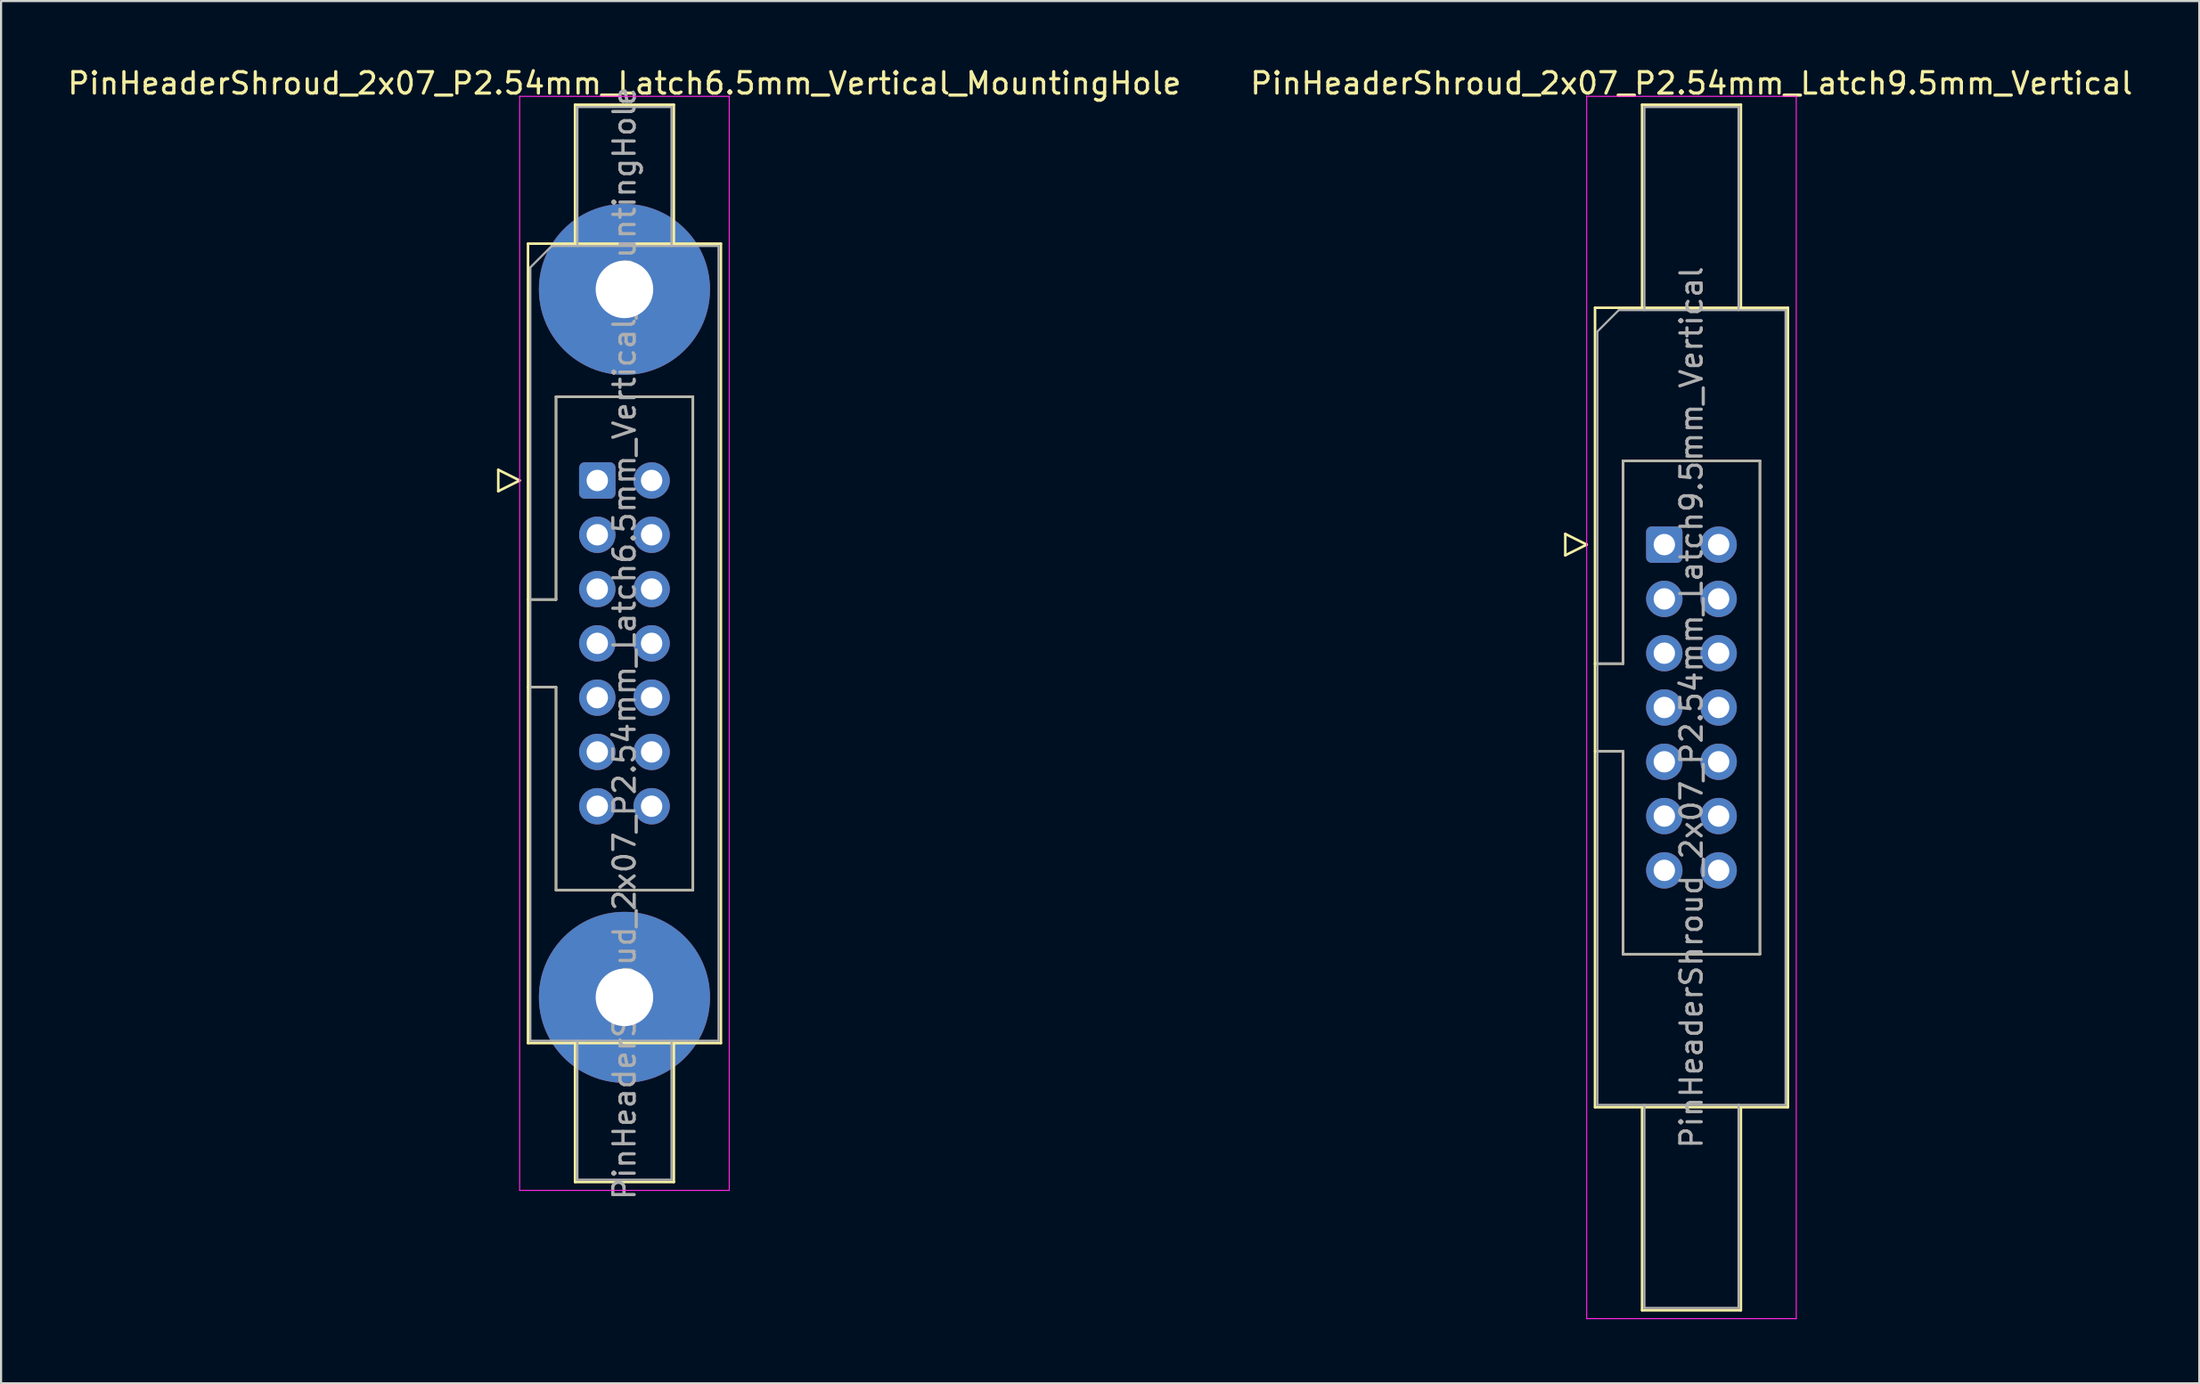
<source format=kicad_pcb>
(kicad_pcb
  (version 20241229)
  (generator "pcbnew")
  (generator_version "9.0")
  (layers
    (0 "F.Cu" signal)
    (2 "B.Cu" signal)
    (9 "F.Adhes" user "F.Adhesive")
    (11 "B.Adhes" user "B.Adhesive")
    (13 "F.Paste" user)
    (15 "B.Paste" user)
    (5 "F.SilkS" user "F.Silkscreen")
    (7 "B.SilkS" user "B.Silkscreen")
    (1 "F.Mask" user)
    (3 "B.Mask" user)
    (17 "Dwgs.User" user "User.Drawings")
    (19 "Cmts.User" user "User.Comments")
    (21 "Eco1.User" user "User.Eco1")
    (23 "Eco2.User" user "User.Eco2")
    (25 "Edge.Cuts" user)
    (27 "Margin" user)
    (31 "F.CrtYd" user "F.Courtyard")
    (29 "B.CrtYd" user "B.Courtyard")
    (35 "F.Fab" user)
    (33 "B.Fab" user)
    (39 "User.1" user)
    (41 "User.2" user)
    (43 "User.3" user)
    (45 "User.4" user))
  (footprint "PinHeaderShroud_2x07_P2.54mm_Latch9.5mm_Vertical"
    (layer "F.Cu")
    (at 74.772 22.428)
    (property "Reference" "PinHeaderShroud_2x07_P2.54mm_Latch9.5mm_Vertical" (at 1.27 -21.58 0) (layer "F.SilkS") (effects (font (size 1 1) (thickness 0.15))))
    (attr through_hole)
    (fp_line (start -4.63 -0.5) (end -4.63 0.5) (stroke (width 0.12) (type solid)) (layer "F.SilkS"))
    (fp_line (start -4.63 0.5) (end -3.63 0) (stroke (width 0.12) (type solid)) (layer "F.SilkS"))
    (fp_line (start -3.63 0) (end -4.63 -0.5) (stroke (width 0.12) (type solid)) (layer "F.SilkS"))
    (fp_line (start -3.24 -11.08) (end 5.78 -11.08) (stroke (width 0.12) (type solid)) (layer "F.SilkS"))
    (fp_line (start -3.24 5.57) (end -1.93 5.57) (stroke (width 0.12) (type solid)) (layer "F.SilkS"))
    (fp_line (start -3.24 9.67) (end -1.93 9.67) (stroke (width 0.12) (type solid)) (layer "F.SilkS"))
    (fp_line (start -3.24 26.32) (end -3.24 -11.08) (stroke (width 0.12) (type solid)) (layer "F.SilkS"))
    (fp_line (start -1.93 -3.92) (end 4.47 -3.92) (stroke (width 0.12) (type solid)) (layer "F.SilkS"))
    (fp_line (start -1.93 5.57) (end -1.93 -3.92) (stroke (width 0.12) (type solid)) (layer "F.SilkS"))
    (fp_line (start -1.93 19.16) (end -1.93 9.67) (stroke (width 0.12) (type solid)) (layer "F.SilkS"))
    (fp_line (start -1.04 -20.58) (end 3.58 -20.58) (stroke (width 0.12) (type solid)) (layer "F.SilkS"))
    (fp_line (start -1.04 -11.08) (end -1.04 -20.58) (stroke (width 0.12) (type solid)) (layer "F.SilkS"))
    (fp_line (start -1.04 26.32) (end -1.04 35.82) (stroke (width 0.12) (type solid)) (layer "F.SilkS"))
    (fp_line (start -1.04 35.82) (end 3.58 35.82) (stroke (width 0.12) (type solid)) (layer "F.SilkS"))
    (fp_line (start 3.58 -20.58) (end 3.58 -11.08) (stroke (width 0.12) (type solid)) (layer "F.SilkS"))
    (fp_line (start 3.58 35.82) (end 3.58 26.32) (stroke (width 0.12) (type solid)) (layer "F.SilkS"))
    (fp_line (start 4.47 -3.92) (end 4.47 19.16) (stroke (width 0.12) (type solid)) (layer "F.SilkS"))
    (fp_line (start 4.47 19.16) (end -1.93 19.16) (stroke (width 0.12) (type solid)) (layer "F.SilkS"))
    (fp_line (start 5.78 -11.08) (end 5.78 26.32) (stroke (width 0.12) (type solid)) (layer "F.SilkS"))
    (fp_line (start 5.78 26.32) (end -3.24 26.32) (stroke (width 0.12) (type solid)) (layer "F.SilkS"))
    (fp_line (start -3.63 -20.97) (end -3.63 36.21) (stroke (width 0.05) (type solid)) (layer "F.CrtYd"))
    (fp_line (start -3.63 36.21) (end 6.17 36.21) (stroke (width 0.05) (type solid)) (layer "F.CrtYd"))
    (fp_line (start 6.17 -20.97) (end -3.63 -20.97) (stroke (width 0.05) (type solid)) (layer "F.CrtYd"))
    (fp_line (start 6.17 36.21) (end 6.17 -20.97) (stroke (width 0.05) (type solid)) (layer "F.CrtYd"))
    (fp_line (start -3.13 -9.97) (end -2.13 -10.97) (stroke (width 0.1) (type solid)) (layer "F.Fab"))
    (fp_line (start -3.13 5.57) (end -1.93 5.57) (stroke (width 0.1) (type solid)) (layer "F.Fab"))
    (fp_line (start -3.13 9.67) (end -1.93 9.67) (stroke (width 0.1) (type solid)) (layer "F.Fab"))
    (fp_line (start -3.13 26.21) (end -3.13 -9.97) (stroke (width 0.1) (type solid)) (layer "F.Fab"))
    (fp_line (start -2.13 -10.97) (end 5.67 -10.97) (stroke (width 0.1) (type solid)) (layer "F.Fab"))
    (fp_line (start -1.93 -3.92) (end 4.47 -3.92) (stroke (width 0.1) (type solid)) (layer "F.Fab"))
    (fp_line (start -1.93 5.57) (end -1.93 -3.92) (stroke (width 0.1) (type solid)) (layer "F.Fab"))
    (fp_line (start -1.93 19.16) (end -1.93 9.67) (stroke (width 0.1) (type solid)) (layer "F.Fab"))
    (fp_line (start -0.93 -20.47) (end 3.47 -20.47) (stroke (width 0.1) (type solid)) (layer "F.Fab"))
    (fp_line (start -0.93 -10.97) (end -0.93 -20.47) (stroke (width 0.1) (type solid)) (layer "F.Fab"))
    (fp_line (start -0.93 26.21) (end -0.93 35.71) (stroke (width 0.1) (type solid)) (layer "F.Fab"))
    (fp_line (start -0.93 35.71) (end 3.47 35.71) (stroke (width 0.1) (type solid)) (layer "F.Fab"))
    (fp_line (start 3.47 -20.47) (end 3.47 -10.97) (stroke (width 0.1) (type solid)) (layer "F.Fab"))
    (fp_line (start 3.47 35.71) (end 3.47 26.21) (stroke (width 0.1) (type solid)) (layer "F.Fab"))
    (fp_line (start 4.47 -3.92) (end 4.47 19.16) (stroke (width 0.1) (type solid)) (layer "F.Fab"))
    (fp_line (start 4.47 19.16) (end -1.93 19.16) (stroke (width 0.1) (type solid)) (layer "F.Fab"))
    (fp_line (start 5.67 -10.97) (end 5.67 26.21) (stroke (width 0.1) (type solid)) (layer "F.Fab"))
    (fp_line (start 5.67 26.21) (end -3.13 26.21) (stroke (width 0.1) (type solid)) (layer "F.Fab"))
    (fp_text user "${REFERENCE}" (at 1.27 7.62 90) (layer "F.Fab") (effects (font (size 1 1) (thickness 0.15))))
    (pad "1" thru_hole roundrect (at 0 0) (size 1.7 1.7) (drill 1) (layers "*.Cu" "*.Mask") (roundrect_rratio 0.147))
    (pad "2" thru_hole circle (at 2.54 0) (size 1.7 1.7) (drill 1) (layers "*.Cu" "*.Mask"))
    (pad "3" thru_hole circle (at 0 2.54) (size 1.7 1.7) (drill 1) (layers "*.Cu" "*.Mask"))
    (pad "4" thru_hole circle (at 2.54 2.54) (size 1.7 1.7) (drill 1) (layers "*.Cu" "*.Mask"))
    (pad "5" thru_hole circle (at 0 5.08) (size 1.7 1.7) (drill 1) (layers "*.Cu" "*.Mask"))
    (pad "6" thru_hole circle (at 2.54 5.08) (size 1.7 1.7) (drill 1) (layers "*.Cu" "*.Mask"))
    (pad "7" thru_hole circle (at 0 7.62) (size 1.7 1.7) (drill 1) (layers "*.Cu" "*.Mask"))
    (pad "8" thru_hole circle (at 2.54 7.62) (size 1.7 1.7) (drill 1) (layers "*.Cu" "*.Mask"))
    (pad "9" thru_hole circle (at 0 10.16) (size 1.7 1.7) (drill 1) (layers "*.Cu" "*.Mask"))
    (pad "10" thru_hole circle (at 2.54 10.16) (size 1.7 1.7) (drill 1) (layers "*.Cu" "*.Mask"))
    (pad "11" thru_hole circle (at 0 12.7) (size 1.7 1.7) (drill 1) (layers "*.Cu" "*.Mask"))
    (pad "12" thru_hole circle (at 2.54 12.7) (size 1.7 1.7) (drill 1) (layers "*.Cu" "*.Mask"))
    (pad "13" thru_hole circle (at 0 15.24) (size 1.7 1.7) (drill 1) (layers "*.Cu" "*.Mask"))
    (pad "14" thru_hole circle (at 2.54 15.24) (size 1.7 1.7) (drill 1) (layers "*.Cu" "*.Mask")))
  (footprint "PinHeaderShroud_2x07_P2.54mm_Latch6.5mm_Vertical_MountingHole"
    (layer "F.Cu")
    (at 24.879 19.428)
    (property "Reference" "PinHeaderShroud_2x07_P2.54mm_Latch6.5mm_Vertical_MountingHole" (at 1.27 -18.58 0) (layer "F.SilkS") (effects (font (size 1 1) (thickness 0.15))))
    (attr through_hole)
    (fp_line (start -4.63 -0.5) (end -4.63 0.5) (stroke (width 0.12) (type solid)) (layer "F.SilkS"))
    (fp_line (start -4.63 0.5) (end -3.63 0) (stroke (width 0.12) (type solid)) (layer "F.SilkS"))
    (fp_line (start -3.63 0) (end -4.63 -0.5) (stroke (width 0.12) (type solid)) (layer "F.SilkS"))
    (fp_line (start -3.24 -11.08) (end 5.78 -11.08) (stroke (width 0.12) (type solid)) (layer "F.SilkS"))
    (fp_line (start -3.24 5.57) (end -1.93 5.57) (stroke (width 0.12) (type solid)) (layer "F.SilkS"))
    (fp_line (start -3.24 9.67) (end -1.93 9.67) (stroke (width 0.12) (type solid)) (layer "F.SilkS"))
    (fp_line (start -3.24 26.32) (end -3.24 -11.08) (stroke (width 0.12) (type solid)) (layer "F.SilkS"))
    (fp_line (start -1.93 -3.92) (end 4.47 -3.92) (stroke (width 0.12) (type solid)) (layer "F.SilkS"))
    (fp_line (start -1.93 5.57) (end -1.93 -3.92) (stroke (width 0.12) (type solid)) (layer "F.SilkS"))
    (fp_line (start -1.93 19.16) (end -1.93 9.67) (stroke (width 0.12) (type solid)) (layer "F.SilkS"))
    (fp_line (start -1.04 -17.58) (end 3.58 -17.58) (stroke (width 0.12) (type solid)) (layer "F.SilkS"))
    (fp_line (start -1.04 -11.08) (end -1.04 -17.58) (stroke (width 0.12) (type solid)) (layer "F.SilkS"))
    (fp_line (start -1.04 26.32) (end -1.04 32.82) (stroke (width 0.12) (type solid)) (layer "F.SilkS"))
    (fp_line (start -1.04 32.82) (end 3.58 32.82) (stroke (width 0.12) (type solid)) (layer "F.SilkS"))
    (fp_line (start 3.58 -17.58) (end 3.58 -11.08) (stroke (width 0.12) (type solid)) (layer "F.SilkS"))
    (fp_line (start 3.58 32.82) (end 3.58 26.32) (stroke (width 0.12) (type solid)) (layer "F.SilkS"))
    (fp_line (start 4.47 -3.92) (end 4.47 19.16) (stroke (width 0.12) (type solid)) (layer "F.SilkS"))
    (fp_line (start 4.47 19.16) (end -1.93 19.16) (stroke (width 0.12) (type solid)) (layer "F.SilkS"))
    (fp_line (start 5.78 -11.08) (end 5.78 26.32) (stroke (width 0.12) (type solid)) (layer "F.SilkS"))
    (fp_line (start 5.78 26.32) (end -3.24 26.32) (stroke (width 0.12) (type solid)) (layer "F.SilkS"))
    (fp_line (start -3.63 -17.97) (end -3.63 33.21) (stroke (width 0.05) (type solid)) (layer "F.CrtYd"))
    (fp_line (start -3.63 33.21) (end 6.17 33.21) (stroke (width 0.05) (type solid)) (layer "F.CrtYd"))
    (fp_line (start 6.17 -17.97) (end -3.63 -17.97) (stroke (width 0.05) (type solid)) (layer "F.CrtYd"))
    (fp_line (start 6.17 33.21) (end 6.17 -17.97) (stroke (width 0.05) (type solid)) (layer "F.CrtYd"))
    (fp_line (start -3.13 -9.97) (end -2.13 -10.97) (stroke (width 0.1) (type solid)) (layer "F.Fab"))
    (fp_line (start -3.13 5.57) (end -1.93 5.57) (stroke (width 0.1) (type solid)) (layer "F.Fab"))
    (fp_line (start -3.13 9.67) (end -1.93 9.67) (stroke (width 0.1) (type solid)) (layer "F.Fab"))
    (fp_line (start -3.13 26.21) (end -3.13 -9.97) (stroke (width 0.1) (type solid)) (layer "F.Fab"))
    (fp_line (start -2.13 -10.97) (end 5.67 -10.97) (stroke (width 0.1) (type solid)) (layer "F.Fab"))
    (fp_line (start -1.93 -3.92) (end 4.47 -3.92) (stroke (width 0.1) (type solid)) (layer "F.Fab"))
    (fp_line (start -1.93 5.57) (end -1.93 -3.92) (stroke (width 0.1) (type solid)) (layer "F.Fab"))
    (fp_line (start -1.93 19.16) (end -1.93 9.67) (stroke (width 0.1) (type solid)) (layer "F.Fab"))
    (fp_line (start -0.93 -17.47) (end 3.47 -17.47) (stroke (width 0.1) (type solid)) (layer "F.Fab"))
    (fp_line (start -0.93 -10.97) (end -0.93 -17.47) (stroke (width 0.1) (type solid)) (layer "F.Fab"))
    (fp_line (start -0.93 26.21) (end -0.93 32.71) (stroke (width 0.1) (type solid)) (layer "F.Fab"))
    (fp_line (start -0.93 32.71) (end 3.47 32.71) (stroke (width 0.1) (type solid)) (layer "F.Fab"))
    (fp_line (start 3.47 -17.47) (end 3.47 -10.97) (stroke (width 0.1) (type solid)) (layer "F.Fab"))
    (fp_line (start 3.47 32.71) (end 3.47 26.21) (stroke (width 0.1) (type solid)) (layer "F.Fab"))
    (fp_line (start 4.47 -3.92) (end 4.47 19.16) (stroke (width 0.1) (type solid)) (layer "F.Fab"))
    (fp_line (start 4.47 19.16) (end -1.93 19.16) (stroke (width 0.1) (type solid)) (layer "F.Fab"))
    (fp_line (start 5.67 -10.97) (end 5.67 26.21) (stroke (width 0.1) (type solid)) (layer "F.Fab"))
    (fp_line (start 5.67 26.21) (end -3.13 26.21) (stroke (width 0.1) (type solid)) (layer "F.Fab"))
    (fp_text user "${REFERENCE}" (at 1.27 7.62 90) (layer "F.Fab") (effects (font (size 1 1) (thickness 0.15))))
    (pad "" thru_hole circle (at 1.27 -8.94) (size 8 8) (drill 2.69) (layers "*.Cu" "*.Mask"))
    (pad "" thru_hole circle (at 1.27 24.18) (size 8 8) (drill 2.69) (layers "*.Cu" "*.Mask"))
    (pad "1" thru_hole roundrect (at 0 0) (size 1.7 1.7) (drill 1) (layers "*.Cu" "*.Mask") (roundrect_rratio 0.147))
    (pad "2" thru_hole circle (at 2.54 0) (size 1.7 1.7) (drill 1) (layers "*.Cu" "*.Mask"))
    (pad "3" thru_hole circle (at 0 2.54) (size 1.7 1.7) (drill 1) (layers "*.Cu" "*.Mask"))
    (pad "4" thru_hole circle (at 2.54 2.54) (size 1.7 1.7) (drill 1) (layers "*.Cu" "*.Mask"))
    (pad "5" thru_hole circle (at 0 5.08) (size 1.7 1.7) (drill 1) (layers "*.Cu" "*.Mask"))
    (pad "6" thru_hole circle (at 2.54 5.08) (size 1.7 1.7) (drill 1) (layers "*.Cu" "*.Mask"))
    (pad "7" thru_hole circle (at 0 7.62) (size 1.7 1.7) (drill 1) (layers "*.Cu" "*.Mask"))
    (pad "8" thru_hole circle (at 2.54 7.62) (size 1.7 1.7) (drill 1) (layers "*.Cu" "*.Mask"))
    (pad "9" thru_hole circle (at 0 10.16) (size 1.7 1.7) (drill 1) (layers "*.Cu" "*.Mask"))
    (pad "10" thru_hole circle (at 2.54 10.16) (size 1.7 1.7) (drill 1) (layers "*.Cu" "*.Mask"))
    (pad "11" thru_hole circle (at 0 12.7) (size 1.7 1.7) (drill 1) (layers "*.Cu" "*.Mask"))
    (pad "12" thru_hole circle (at 2.54 12.7) (size 1.7 1.7) (drill 1) (layers "*.Cu" "*.Mask"))
    (pad "13" thru_hole circle (at 0 15.24) (size 1.7 1.7) (drill 1) (layers "*.Cu" "*.Mask"))
    (pad "14" thru_hole circle (at 2.54 15.24) (size 1.7 1.7) (drill 1) (layers "*.Cu" "*.Mask")))
  (gr_rect
    (start -3 -3)
    (end 99.786 61.663)
    (stroke (width 0.1) (type default))
    (fill no)
    (layer "Edge.Cuts")))
</source>
